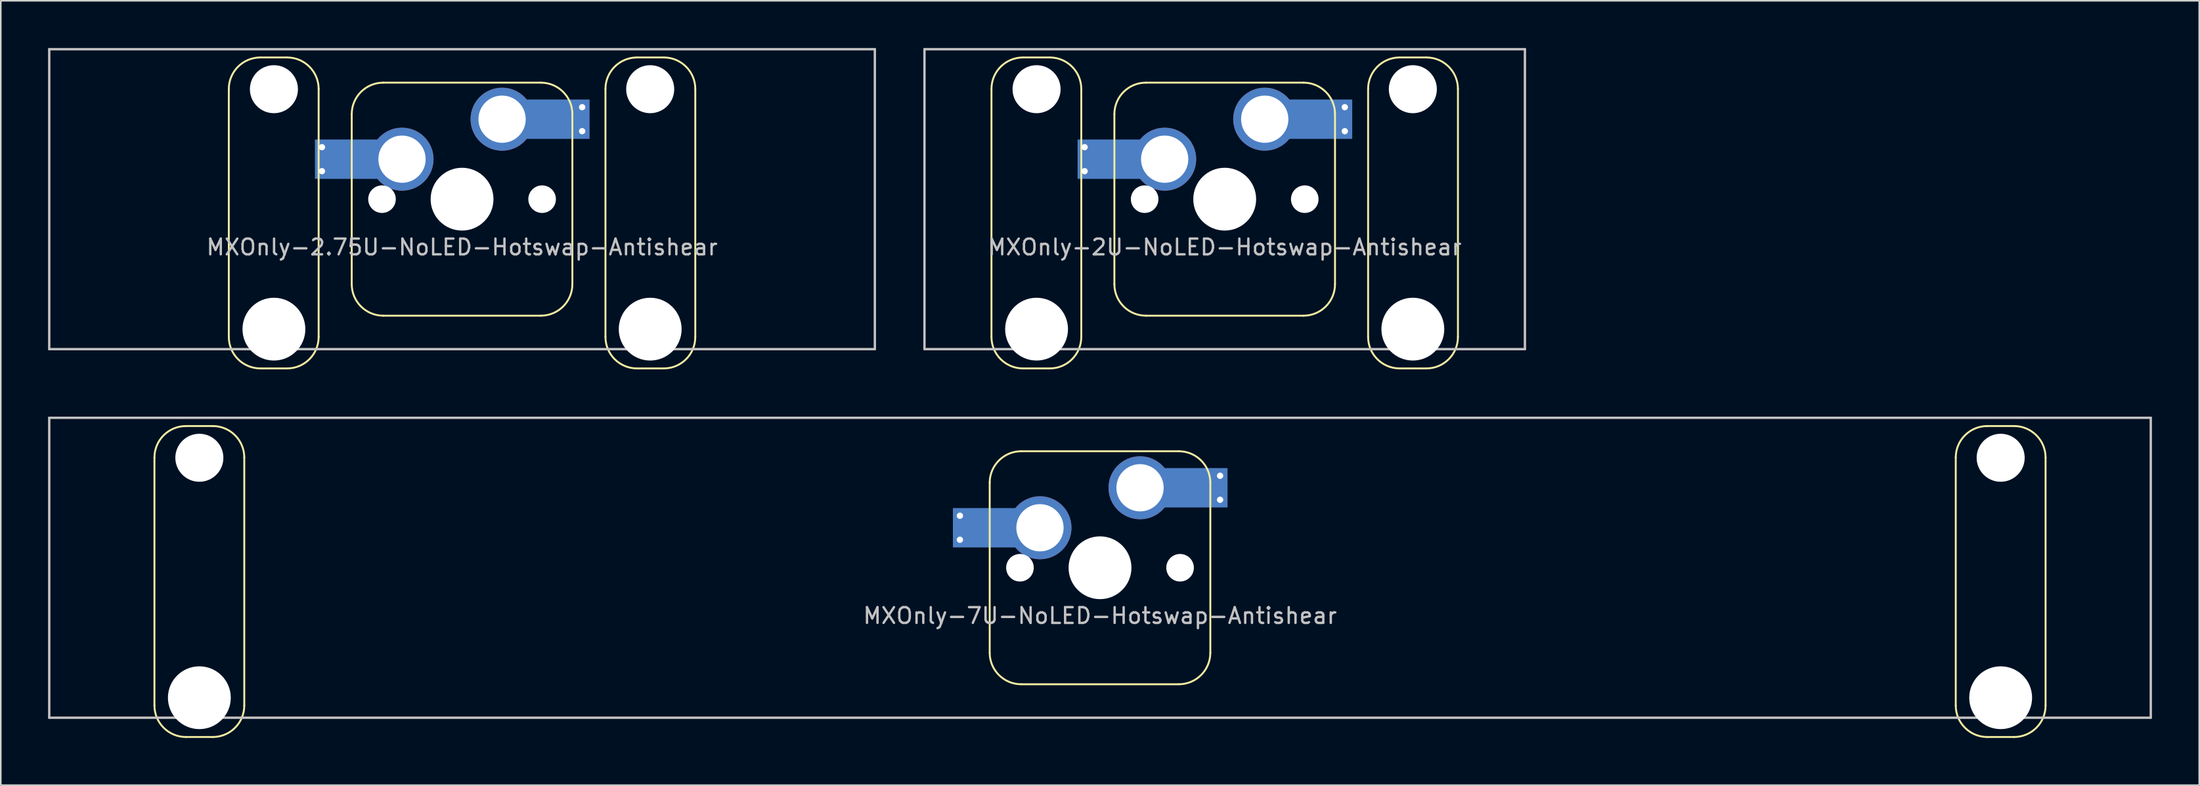
<source format=kicad_pcb>
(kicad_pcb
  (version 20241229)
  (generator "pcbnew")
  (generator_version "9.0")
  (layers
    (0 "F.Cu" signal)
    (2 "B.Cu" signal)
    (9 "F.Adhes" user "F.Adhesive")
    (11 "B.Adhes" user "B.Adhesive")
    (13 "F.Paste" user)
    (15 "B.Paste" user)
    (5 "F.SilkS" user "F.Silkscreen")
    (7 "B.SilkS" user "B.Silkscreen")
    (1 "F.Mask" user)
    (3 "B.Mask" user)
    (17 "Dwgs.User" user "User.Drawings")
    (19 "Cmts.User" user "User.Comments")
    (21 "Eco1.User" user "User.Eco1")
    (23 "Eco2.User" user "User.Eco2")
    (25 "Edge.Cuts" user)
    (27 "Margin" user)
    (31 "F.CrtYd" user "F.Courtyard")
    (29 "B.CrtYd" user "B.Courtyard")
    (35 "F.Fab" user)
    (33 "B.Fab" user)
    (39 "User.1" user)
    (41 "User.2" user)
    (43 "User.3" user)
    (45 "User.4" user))
  (footprint "MXOnly-2U-NoLED-Hotswap-Antishear"
    (layer "F.Cu")
    (at 74.662 9.6)
    (property "Reference" "MXOnly-2U-NoLED-Hotswap-Antishear" (at 0 3.048 0) (layer "Dwgs.User") (effects (font (size 1 1) (thickness 0.15))))
    (attr smd)
    (fp_line (start -14.8 -7) (end -14.8 8.75) (stroke (width 0.12) (type solid)) (layer "F.SilkS"))
    (fp_line (start -11.1 -9) (end -12.8 -9) (stroke (width 0.12) (type solid)) (layer "F.SilkS"))
    (fp_line (start -11.1 10.75) (end -12.8 10.75) (stroke (width 0.12) (type solid)) (layer "F.SilkS"))
    (fp_line (start -9.1 8.75) (end -9.1 -7) (stroke (width 0.12) (type solid)) (layer "F.SilkS"))
    (fp_line (start -7 -5.4) (end -7 5.4) (stroke (width 0.12) (type solid)) (layer "F.SilkS"))
    (fp_line (start -5 7.4) (end 5 7.4) (stroke (width 0.12) (type solid)) (layer "F.SilkS"))
    (fp_line (start 5 -7.4) (end -5 -7.4) (stroke (width 0.12) (type solid)) (layer "F.SilkS"))
    (fp_line (start 7 5.4) (end 7 -5.4) (stroke (width 0.12) (type solid)) (layer "F.SilkS"))
    (fp_line (start 9.1 -7) (end 9.1 8.75) (stroke (width 0.12) (type solid)) (layer "F.SilkS"))
    (fp_line (start 12.8 -9) (end 11.1 -9) (stroke (width 0.12) (type solid)) (layer "F.SilkS"))
    (fp_line (start 12.8 10.75) (end 11.1 10.75) (stroke (width 0.12) (type solid)) (layer "F.SilkS"))
    (fp_line (start 14.8 8.75) (end 14.8 -7) (stroke (width 0.12) (type solid)) (layer "F.SilkS"))
    (fp_arc (start -14.8 -7) (mid -14.214214 -8.414214) (end -12.8 -9) (stroke (width 0.12) (type solid)) (layer "F.SilkS"))
    (fp_arc (start -12.8 10.75) (mid -14.214214 10.164214) (end -14.8 8.75) (stroke (width 0.12) (type solid)) (layer "F.SilkS"))
    (fp_arc (start -11.1 -9) (mid -9.685786 -8.414214) (end -9.1 -7) (stroke (width 0.12) (type solid)) (layer "F.SilkS"))
    (fp_arc (start -9.1 8.75) (mid -9.685786 10.164214) (end -11.1 10.75) (stroke (width 0.12) (type solid)) (layer "F.SilkS"))
    (fp_arc (start -7 -5.4) (mid -6.414214 -6.814214) (end -5 -7.4) (stroke (width 0.12) (type solid)) (layer "F.SilkS"))
    (fp_arc (start -5 7.4) (mid -6.414214 6.814214) (end -7 5.4) (stroke (width 0.12) (type solid)) (layer "F.SilkS"))
    (fp_arc (start 5 -7.4) (mid 6.414214 -6.814214) (end 7 -5.4) (stroke (width 0.12) (type solid)) (layer "F.SilkS"))
    (fp_arc (start 7 5.4) (mid 6.414214 6.814214) (end 5 7.4) (stroke (width 0.12) (type solid)) (layer "F.SilkS"))
    (fp_arc (start 9.1 -7) (mid 9.685786 -8.414214) (end 11.1 -9) (stroke (width 0.12) (type solid)) (layer "F.SilkS"))
    (fp_arc (start 11.1 10.75) (mid 9.685786 10.164214) (end 9.1 8.75) (stroke (width 0.12) (type solid)) (layer "F.SilkS"))
    (fp_arc (start 12.8 -9) (mid 14.214214 -8.414214) (end 14.8 -7) (stroke (width 0.12) (type solid)) (layer "F.SilkS"))
    (fp_arc (start 14.8 8.75) (mid 14.214214 10.164214) (end 12.8 10.75) (stroke (width 0.12) (type solid)) (layer "F.SilkS"))
    (fp_line (start -19.05 -9.525) (end 19.05 -9.525) (stroke (width 0.15) (type solid)) (layer "Dwgs.User"))
    (fp_line (start -19.05 9.525) (end -19.05 -9.525) (stroke (width 0.15) (type solid)) (layer "Dwgs.User"))
    (fp_line (start 19.05 -9.525) (end 19.05 9.525) (stroke (width 0.15) (type solid)) (layer "Dwgs.User"))
    (fp_line (start 19.05 9.525) (end -19.05 9.525) (stroke (width 0.15) (type solid)) (layer "Dwgs.User"))
    (pad "" np_thru_hole circle (at -11.938 -6.985) (size 3.048 3.048) (drill 3.048) (layers "*.Cu" "*.Mask"))
    (pad "" np_thru_hole circle (at -11.938 8.255) (size 3.988 3.988) (drill 3.988) (layers "*.Cu" "*.Mask"))
    (pad "" smd rect (at -7.12 -2.54) (size 2.55 2.5) (layers "B.Mask" "B.Paste"))
    (pad "" np_thru_hole circle (at -5.08 0 48.1) (size 1.75 1.75) (drill 1.75) (layers "*.Cu" "*.Mask"))
    (pad "" np_thru_hole circle (at 0 0) (size 3.988 3.988) (drill 3.988) (layers "*.Cu" "*.Mask"))
    (pad "" np_thru_hole circle (at 5.08 0 48.1) (size 1.75 1.75) (drill 1.75) (layers "*.Cu" "*.Mask"))
    (pad "" smd rect (at 5.85 -5.08) (size 2.55 2.5) (layers "B.Mask" "B.Paste"))
    (pad "" np_thru_hole circle (at 11.938 -6.985) (size 3.048 3.048) (drill 3.048) (layers "*.Cu" "*.Mask"))
    (pad "" np_thru_hole circle (at 11.938 8.255) (size 3.988 3.988) (drill 3.988) (layers "*.Cu" "*.Mask"))
    (pad "1" thru_hole circle (at -8.89 -3.302) (size 0.8 0.8) (drill 0.4) (layers "*.Cu"))
    (pad "1" thru_hole circle (at -8.89 -1.778) (size 0.8 0.8) (drill 0.4) (layers "*.Cu"))
    (pad "1" smd rect (at -7.085 -2.54) (size 4.5 2.5) (layers "B.Cu"))
    (pad "1" thru_hole circle (at -3.81 -2.54) (size 4 4) (drill 3) (layers "*.Cu"))
    (pad "2" thru_hole circle (at 2.54 -5.08) (size 4 4) (drill 3) (layers "*.Cu"))
    (pad "2" smd rect (at 5.842 -5.08) (size 4.5 2.5) (layers "B.Cu"))
    (pad "2" thru_hole circle (at 7.62 -5.842) (size 0.8 0.8) (drill 0.4) (layers "*.Cu"))
    (pad "2" thru_hole circle (at 7.62 -4.318) (size 0.8 0.8) (drill 0.4) (layers "*.Cu")))
  (footprint "MXOnly-2.75U-NoLED-Hotswap-Antishear"
    (layer "F.Cu")
    (at 26.269 9.6)
    (property "Reference" "MXOnly-2.75U-NoLED-Hotswap-Antishear" (at 0 3.048 0) (layer "Dwgs.User") (effects (font (size 1 1) (thickness 0.15))))
    (attr smd)
    (fp_line (start -14.8 -7) (end -14.8 8.75) (stroke (width 0.12) (type solid)) (layer "F.SilkS"))
    (fp_line (start -11.1 -9) (end -12.8 -9) (stroke (width 0.12) (type solid)) (layer "F.SilkS"))
    (fp_line (start -11.1 10.75) (end -12.8 10.75) (stroke (width 0.12) (type solid)) (layer "F.SilkS"))
    (fp_line (start -9.1 8.75) (end -9.1 -7) (stroke (width 0.12) (type solid)) (layer "F.SilkS"))
    (fp_line (start -7 -5.4) (end -7 5.4) (stroke (width 0.12) (type solid)) (layer "F.SilkS"))
    (fp_line (start -5 7.4) (end 5 7.4) (stroke (width 0.12) (type solid)) (layer "F.SilkS"))
    (fp_line (start 5 -7.4) (end -5 -7.4) (stroke (width 0.12) (type solid)) (layer "F.SilkS"))
    (fp_line (start 7 5.4) (end 7 -5.4) (stroke (width 0.12) (type solid)) (layer "F.SilkS"))
    (fp_line (start 9.1 -7) (end 9.1 8.75) (stroke (width 0.12) (type solid)) (layer "F.SilkS"))
    (fp_line (start 12.8 -9) (end 11.1 -9) (stroke (width 0.12) (type solid)) (layer "F.SilkS"))
    (fp_line (start 12.8 10.75) (end 11.1 10.75) (stroke (width 0.12) (type solid)) (layer "F.SilkS"))
    (fp_line (start 14.8 8.75) (end 14.8 -7) (stroke (width 0.12) (type solid)) (layer "F.SilkS"))
    (fp_arc (start -14.8 -7) (mid -14.214214 -8.414214) (end -12.8 -9) (stroke (width 0.12) (type solid)) (layer "F.SilkS"))
    (fp_arc (start -12.8 10.75) (mid -14.214214 10.164214) (end -14.8 8.75) (stroke (width 0.12) (type solid)) (layer "F.SilkS"))
    (fp_arc (start -11.1 -9) (mid -9.685786 -8.414214) (end -9.1 -7) (stroke (width 0.12) (type solid)) (layer "F.SilkS"))
    (fp_arc (start -9.1 8.75) (mid -9.685786 10.164214) (end -11.1 10.75) (stroke (width 0.12) (type solid)) (layer "F.SilkS"))
    (fp_arc (start -7 -5.4) (mid -6.414214 -6.814214) (end -5 -7.4) (stroke (width 0.12) (type solid)) (layer "F.SilkS"))
    (fp_arc (start -5 7.4) (mid -6.414214 6.814214) (end -7 5.4) (stroke (width 0.12) (type solid)) (layer "F.SilkS"))
    (fp_arc (start 5 -7.4) (mid 6.414214 -6.814214) (end 7 -5.4) (stroke (width 0.12) (type solid)) (layer "F.SilkS"))
    (fp_arc (start 7 5.4) (mid 6.414214 6.814214) (end 5 7.4) (stroke (width 0.12) (type solid)) (layer "F.SilkS"))
    (fp_arc (start 9.1 -7) (mid 9.685786 -8.414214) (end 11.1 -9) (stroke (width 0.12) (type solid)) (layer "F.SilkS"))
    (fp_arc (start 11.1 10.75) (mid 9.685786 10.164214) (end 9.1 8.75) (stroke (width 0.12) (type solid)) (layer "F.SilkS"))
    (fp_arc (start 12.8 -9) (mid 14.214214 -8.414214) (end 14.8 -7) (stroke (width 0.12) (type solid)) (layer "F.SilkS"))
    (fp_arc (start 14.8 8.75) (mid 14.214214 10.164214) (end 12.8 10.75) (stroke (width 0.12) (type solid)) (layer "F.SilkS"))
    (fp_line (start -26.194 -9.525) (end 26.194 -9.525) (stroke (width 0.15) (type solid)) (layer "Dwgs.User"))
    (fp_line (start -26.194 9.525) (end -26.194 -9.525) (stroke (width 0.15) (type solid)) (layer "Dwgs.User"))
    (fp_line (start 26.194 -9.525) (end 26.194 9.525) (stroke (width 0.15) (type solid)) (layer "Dwgs.User"))
    (fp_line (start 26.194 9.525) (end -26.194 9.525) (stroke (width 0.15) (type solid)) (layer "Dwgs.User"))
    (pad "" np_thru_hole circle (at -11.938 -6.985) (size 3.048 3.048) (drill 3.048) (layers "*.Cu" "*.Mask"))
    (pad "" np_thru_hole circle (at -11.938 8.255) (size 3.988 3.988) (drill 3.988) (layers "*.Cu" "*.Mask"))
    (pad "" smd rect (at -7.12 -2.54) (size 2.55 2.5) (layers "B.Mask" "B.Paste"))
    (pad "" np_thru_hole circle (at -5.08 0 48.1) (size 1.75 1.75) (drill 1.75) (layers "*.Cu" "*.Mask"))
    (pad "" np_thru_hole circle (at 0 0) (size 3.988 3.988) (drill 3.988) (layers "*.Cu" "*.Mask"))
    (pad "" np_thru_hole circle (at 5.08 0 48.1) (size 1.75 1.75) (drill 1.75) (layers "*.Cu" "*.Mask"))
    (pad "" smd rect (at 5.85 -5.08) (size 2.55 2.5) (layers "B.Mask" "B.Paste"))
    (pad "" np_thru_hole circle (at 11.938 -6.985) (size 3.048 3.048) (drill 3.048) (layers "*.Cu" "*.Mask"))
    (pad "" np_thru_hole circle (at 11.938 8.255) (size 3.988 3.988) (drill 3.988) (layers "*.Cu" "*.Mask"))
    (pad "1" thru_hole circle (at -8.89 -3.302) (size 0.8 0.8) (drill 0.4) (layers "*.Cu"))
    (pad "1" thru_hole circle (at -8.89 -1.778) (size 0.8 0.8) (drill 0.4) (layers "*.Cu"))
    (pad "1" smd rect (at -7.085 -2.54) (size 4.5 2.5) (layers "B.Cu"))
    (pad "1" thru_hole circle (at -3.81 -2.54) (size 4 4) (drill 3) (layers "*.Cu"))
    (pad "2" thru_hole circle (at 2.54 -5.08) (size 4 4) (drill 3) (layers "*.Cu"))
    (pad "2" smd rect (at 5.842 -5.08) (size 4.5 2.5) (layers "B.Cu"))
    (pad "2" thru_hole circle (at 7.62 -5.842) (size 0.8 0.8) (drill 0.4) (layers "*.Cu"))
    (pad "2" thru_hole circle (at 7.62 -4.318) (size 0.8 0.8) (drill 0.4) (layers "*.Cu")))
  (footprint "MXOnly-7U-NoLED-Hotswap-Antishear"
    (layer "F.Cu")
    (at 66.75 33.01)
    (property "Reference" "MXOnly-7U-NoLED-Hotswap-Antishear" (at 0 3.048 0) (layer "Dwgs.User") (effects (font (size 1 1) (thickness 0.15))))
    (attr smd)
    (fp_line (start -60 -7) (end -60 8.75) (stroke (width 0.12) (type solid)) (layer "F.SilkS"))
    (fp_line (start -56.3 -9) (end -58 -9) (stroke (width 0.12) (type solid)) (layer "F.SilkS"))
    (fp_line (start -56.3 10.75) (end -58 10.75) (stroke (width 0.12) (type solid)) (layer "F.SilkS"))
    (fp_line (start -54.3 8.75) (end -54.3 -7) (stroke (width 0.12) (type solid)) (layer "F.SilkS"))
    (fp_line (start -7 -5.4) (end -7 5.4) (stroke (width 0.12) (type solid)) (layer "F.SilkS"))
    (fp_line (start -5 7.4) (end 5 7.4) (stroke (width 0.12) (type solid)) (layer "F.SilkS"))
    (fp_line (start 5 -7.4) (end -5 -7.4) (stroke (width 0.12) (type solid)) (layer "F.SilkS"))
    (fp_line (start 7 5.4) (end 7 -5.4) (stroke (width 0.12) (type solid)) (layer "F.SilkS"))
    (fp_line (start 54.3 -7) (end 54.3 8.75) (stroke (width 0.12) (type solid)) (layer "F.SilkS"))
    (fp_line (start 58 -9) (end 56.3 -9) (stroke (width 0.12) (type solid)) (layer "F.SilkS"))
    (fp_line (start 58 10.75) (end 56.3 10.75) (stroke (width 0.12) (type solid)) (layer "F.SilkS"))
    (fp_line (start 60 8.75) (end 60 -7) (stroke (width 0.12) (type solid)) (layer "F.SilkS"))
    (fp_arc (start -60 -7) (mid -59.414214 -8.414214) (end -58 -9) (stroke (width 0.12) (type solid)) (layer "F.SilkS"))
    (fp_arc (start -58 10.75) (mid -59.414214 10.164214) (end -60 8.75) (stroke (width 0.12) (type solid)) (layer "F.SilkS"))
    (fp_arc (start -56.3 -9) (mid -54.885786 -8.414214) (end -54.3 -7) (stroke (width 0.12) (type solid)) (layer "F.SilkS"))
    (fp_arc (start -54.3 8.75) (mid -54.885786 10.164214) (end -56.3 10.75) (stroke (width 0.12) (type solid)) (layer "F.SilkS"))
    (fp_arc (start -7 -5.4) (mid -6.414214 -6.814214) (end -5 -7.4) (stroke (width 0.12) (type solid)) (layer "F.SilkS"))
    (fp_arc (start -5 7.4) (mid -6.414214 6.814214) (end -7 5.4) (stroke (width 0.12) (type solid)) (layer "F.SilkS"))
    (fp_arc (start 5 -7.4) (mid 6.414214 -6.814214) (end 7 -5.4) (stroke (width 0.12) (type solid)) (layer "F.SilkS"))
    (fp_arc (start 7 5.4) (mid 6.414214 6.814214) (end 5 7.4) (stroke (width 0.12) (type solid)) (layer "F.SilkS"))
    (fp_arc (start 54.3 -7) (mid 54.885786 -8.414214) (end 56.3 -9) (stroke (width 0.12) (type solid)) (layer "F.SilkS"))
    (fp_arc (start 56.3 10.75) (mid 54.885786 10.164214) (end 54.3 8.75) (stroke (width 0.12) (type solid)) (layer "F.SilkS"))
    (fp_arc (start 58 -9) (mid 59.414214 -8.414214) (end 60 -7) (stroke (width 0.12) (type solid)) (layer "F.SilkS"))
    (fp_arc (start 60 8.75) (mid 59.414214 10.164214) (end 58 10.75) (stroke (width 0.12) (type solid)) (layer "F.SilkS"))
    (fp_line (start -66.675 -9.525) (end 66.675 -9.525) (stroke (width 0.15) (type solid)) (layer "Dwgs.User"))
    (fp_line (start -66.675 9.525) (end -66.675 -9.525) (stroke (width 0.15) (type solid)) (layer "Dwgs.User"))
    (fp_line (start 66.675 -9.525) (end 66.675 9.525) (stroke (width 0.15) (type solid)) (layer "Dwgs.User"))
    (fp_line (start 66.675 9.525) (end -66.675 9.525) (stroke (width 0.15) (type solid)) (layer "Dwgs.User"))
    (pad "" np_thru_hole circle (at -57.15 -6.985) (size 3.048 3.048) (drill 3.048) (layers "*.Cu" "*.Mask"))
    (pad "" np_thru_hole circle (at -57.15 8.255) (size 3.988 3.988) (drill 3.988) (layers "*.Cu" "*.Mask"))
    (pad "" smd rect (at -7.12 -2.54) (size 2.55 2.5) (layers "B.Mask" "B.Paste"))
    (pad "" np_thru_hole circle (at -5.08 0 48.1) (size 1.75 1.75) (drill 1.75) (layers "*.Cu" "*.Mask"))
    (pad "" np_thru_hole circle (at 0 0) (size 3.988 3.988) (drill 3.988) (layers "*.Cu" "*.Mask"))
    (pad "" np_thru_hole circle (at 5.08 0 48.1) (size 1.75 1.75) (drill 1.75) (layers "*.Cu" "*.Mask"))
    (pad "" smd rect (at 5.85 -5.08) (size 2.55 2.5) (layers "B.Mask" "B.Paste"))
    (pad "" np_thru_hole circle (at 57.15 -6.985) (size 3.048 3.048) (drill 3.048) (layers "*.Cu" "*.Mask"))
    (pad "" np_thru_hole circle (at 57.15 8.255) (size 3.988 3.988) (drill 3.988) (layers "*.Cu" "*.Mask"))
    (pad "1" thru_hole circle (at -8.89 -3.302) (size 0.8 0.8) (drill 0.4) (layers "*.Cu"))
    (pad "1" thru_hole circle (at -8.89 -1.778) (size 0.8 0.8) (drill 0.4) (layers "*.Cu"))
    (pad "1" smd rect (at -7.085 -2.54) (size 4.5 2.5) (layers "B.Cu"))
    (pad "1" thru_hole circle (at -3.81 -2.54) (size 4 4) (drill 3) (layers "*.Cu"))
    (pad "2" thru_hole circle (at 2.54 -5.08) (size 4 4) (drill 3) (layers "*.Cu"))
    (pad "2" smd rect (at 5.842 -5.08) (size 4.5 2.5) (layers "B.Cu"))
    (pad "2" thru_hole circle (at 7.62 -5.842) (size 0.8 0.8) (drill 0.4) (layers "*.Cu"))
    (pad "2" thru_hole circle (at 7.62 -4.318) (size 0.8 0.8) (drill 0.4) (layers "*.Cu")))
  (gr_rect
    (start -3 -3)
    (end 136.5 46.82)
    (stroke (width 0.1) (type default))
    (fill no)
    (layer "Edge.Cuts")))
</source>
